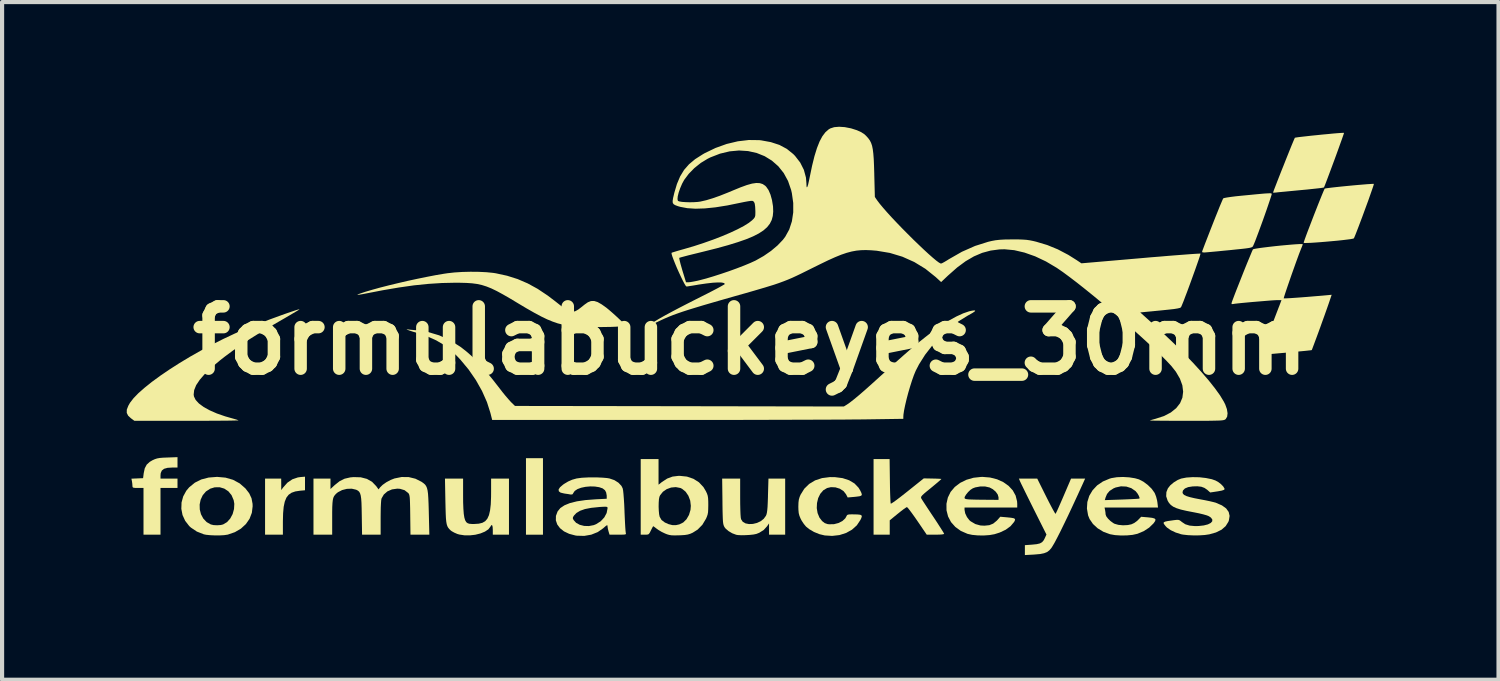
<source format=kicad_pcb>
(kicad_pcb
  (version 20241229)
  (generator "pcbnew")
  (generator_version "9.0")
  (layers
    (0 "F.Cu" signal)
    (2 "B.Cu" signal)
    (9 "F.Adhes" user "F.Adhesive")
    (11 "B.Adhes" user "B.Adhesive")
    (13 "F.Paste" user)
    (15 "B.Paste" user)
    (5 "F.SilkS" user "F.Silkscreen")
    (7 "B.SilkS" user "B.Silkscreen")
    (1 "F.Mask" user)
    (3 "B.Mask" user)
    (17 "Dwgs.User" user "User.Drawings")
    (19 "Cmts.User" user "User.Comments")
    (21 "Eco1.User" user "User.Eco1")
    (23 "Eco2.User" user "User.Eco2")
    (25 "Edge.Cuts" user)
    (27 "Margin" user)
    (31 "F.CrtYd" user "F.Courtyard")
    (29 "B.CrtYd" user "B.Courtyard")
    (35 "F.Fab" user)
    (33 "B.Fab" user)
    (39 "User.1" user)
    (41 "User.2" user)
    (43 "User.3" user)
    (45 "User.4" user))
  (footprint "formulabuckeyes_30mm"
    (layer "F.Cu")
    (at 15.005 5.143)
    (property "Reference" "formulabuckeyes_30mm" (at 0 0 0) (layer "F.SilkS") (effects (font (size 1.5 1.5) (thickness 0.3))))
    (attr board_only exclude_from_pos_files exclude_from_bom)
    (fp_poly (pts (xy -4.99 3.753) (xy -4.99 4.673) (xy -5.195 4.673) (xy -5.399 4.673) (xy -5.399 3.753) (xy -5.399 2.832) (xy -5.195 2.832) (xy -4.99 2.832)) (stroke (width 0) (type solid)) (fill yes) (layer "F.SilkS"))
    (fp_poly (pts (xy -10.716 3.441) (xy -10.716 3.604) (xy -10.838 3.615) (xy -10.949 3.632) (xy -11.039 3.663) (xy -11.11 3.712) (xy -11.164 3.782) (xy -11.203 3.878) (xy -11.229 4.002) (xy -11.243 4.159) (xy -11.248 4.352) (xy -11.248 4.383) (xy -11.248 4.673) (xy -11.463 4.673) (xy -11.677 4.673) (xy -11.677 3.998) (xy -11.677 3.323) (xy -11.483 3.323) (xy -11.289 3.323) (xy -11.288 3.461) (xy -11.288 3.599) (xy -11.243 3.538) (xy -11.138 3.42) (xy -11.02 3.34) (xy -10.888 3.295) (xy -10.824 3.286) (xy -10.716 3.277)) (stroke (width 0) (type solid)) (fill yes) (layer "F.SilkS"))
    (fp_poly (pts (xy -13.784 2.932) (xy -13.784 3.057) (xy -13.904 3.057) (xy -14.023 3.064) (xy -14.107 3.087) (xy -14.161 3.129) (xy -14.188 3.192) (xy -14.193 3.25) (xy -14.193 3.323) (xy -13.988 3.323) (xy -13.784 3.323) (xy -13.784 3.436) (xy -13.784 3.548) (xy -13.988 3.548) (xy -14.193 3.548) (xy -14.193 4.111) (xy -14.193 4.673) (xy -14.397 4.673) (xy -14.602 4.673) (xy -14.602 4.111) (xy -14.602 3.548) (xy -14.735 3.548) (xy -14.806 3.547) (xy -14.846 3.542) (xy -14.864 3.529) (xy -14.868 3.506) (xy -14.868 3.5) (xy -14.872 3.443) (xy -14.88 3.388) (xy -14.893 3.325) (xy -14.753 3.319) (xy -14.612 3.313) (xy -14.597 3.194) (xy -14.572 3.076) (xy -14.525 2.987) (xy -14.45 2.919) (xy -14.383 2.88) (xy -14.327 2.855) (xy -14.274 2.838) (xy -14.213 2.827) (xy -14.133 2.82) (xy -14.026 2.816) (xy -13.784 2.807)) (stroke (width 0) (type solid)) (fill yes) (layer "F.SilkS"))
    (fp_poly (pts (xy 7.116 3.751) (xy 7.177 3.872) (xy 7.232 3.978) (xy 7.279 4.066) (xy 7.315 4.13) (xy 7.338 4.166) (xy 7.344 4.171) (xy 7.355 4.15) (xy 7.381 4.098) (xy 7.417 4.018) (xy 7.461 3.918) (xy 7.512 3.801) (xy 7.537 3.743) (xy 7.717 3.323) (xy 7.886 3.323) (xy 8.056 3.323) (xy 7.998 3.451) (xy 7.872 3.727) (xy 7.754 3.982) (xy 7.645 4.215) (xy 7.545 4.422) (xy 7.457 4.602) (xy 7.38 4.753) (xy 7.317 4.872) (xy 7.267 4.956) (xy 7.244 4.992) (xy 7.195 5.049) (xy 7.139 5.091) (xy 7.068 5.119) (xy 6.975 5.138) (xy 6.85 5.149) (xy 6.825 5.151) (xy 6.606 5.163) (xy 6.606 5.044) (xy 6.606 4.925) (xy 6.782 4.912) (xy 6.89 4.901) (xy 6.967 4.883) (xy 7.02 4.853) (xy 7.059 4.807) (xy 7.086 4.755) (xy 7.125 4.669) (xy 6.821 4.063) (xy 6.747 3.914) (xy 6.678 3.775) (xy 6.616 3.65) (xy 6.564 3.543) (xy 6.523 3.46) (xy 6.498 3.407) (xy 6.49 3.39) (xy 6.462 3.323) (xy 6.682 3.323) (xy 6.903 3.323)) (stroke (width 0) (type solid)) (fill yes) (layer "F.SilkS"))
    (fp_poly (pts (xy 15.003 -3.768) (xy 14.999 -3.747) (xy 14.982 -3.693) (xy 14.954 -3.612) (xy 14.918 -3.509) (xy 14.876 -3.389) (xy 14.828 -3.258) (xy 14.778 -3.122) (xy 14.728 -2.985) (xy 14.678 -2.853) (xy 14.632 -2.731) (xy 14.591 -2.625) (xy 14.558 -2.541) (xy 14.534 -2.483) (xy 14.521 -2.457) (xy 14.521 -2.457) (xy 14.495 -2.449) (xy 14.436 -2.438) (xy 14.349 -2.427) (xy 14.241 -2.414) (xy 14.118 -2.401) (xy 13.985 -2.389) (xy 13.85 -2.377) (xy 13.717 -2.366) (xy 13.594 -2.357) (xy 13.486 -2.35) (xy 13.399 -2.347) (xy 13.34 -2.346) (xy 13.314 -2.35) (xy 13.314 -2.351) (xy 13.321 -2.377) (xy 13.341 -2.436) (xy 13.372 -2.522) (xy 13.412 -2.629) (xy 13.459 -2.751) (xy 13.51 -2.884) (xy 13.563 -3.022) (xy 13.617 -3.159) (xy 13.668 -3.289) (xy 13.716 -3.408) (xy 13.757 -3.509) (xy 13.79 -3.588) (xy 13.812 -3.638) (xy 13.82 -3.654) (xy 13.844 -3.66) (xy 13.901 -3.668) (xy 13.987 -3.679) (xy 14.094 -3.691) (xy 14.217 -3.704) (xy 14.349 -3.717) (xy 14.484 -3.73) (xy 14.616 -3.742) (xy 14.738 -3.752) (xy 14.844 -3.761) (xy 14.927 -3.766) (xy 14.983 -3.769)) (stroke (width 0) (type solid)) (fill yes) (layer "F.SilkS"))
    (fp_poly (pts (xy -6.912 3.707) (xy -6.911 3.896) (xy -6.905 4.049) (xy -6.896 4.169) (xy -6.882 4.259) (xy -6.863 4.324) (xy -6.838 4.367) (xy -6.831 4.375) (xy -6.801 4.397) (xy -6.762 4.41) (xy -6.7 4.415) (xy -6.639 4.415) (xy -6.534 4.408) (xy -6.448 4.387) (xy -6.38 4.348) (xy -6.328 4.287) (xy -6.289 4.202) (xy -6.263 4.089) (xy -6.246 3.944) (xy -6.239 3.765) (xy -6.238 3.635) (xy -6.238 3.323) (xy -6.023 3.323) (xy -5.808 3.323) (xy -5.808 3.998) (xy -5.808 4.673) (xy -6.002 4.673) (xy -6.197 4.673) (xy -6.197 4.562) (xy -6.201 4.486) (xy -6.213 4.445) (xy -6.231 4.442) (xy -6.254 4.478) (xy -6.254 4.479) (xy -6.304 4.544) (xy -6.387 4.599) (xy -6.494 4.643) (xy -6.617 4.674) (xy -6.748 4.689) (xy -6.879 4.688) (xy -7.003 4.669) (xy -7.051 4.655) (xy -7.123 4.624) (xy -7.187 4.588) (xy -7.212 4.569) (xy -7.245 4.536) (xy -7.271 4.504) (xy -7.291 4.467) (xy -7.306 4.42) (xy -7.317 4.358) (xy -7.325 4.276) (xy -7.33 4.168) (xy -7.334 4.03) (xy -7.338 3.86) (xy -7.348 3.323) (xy -7.13 3.323) (xy -6.912 3.323)) (stroke (width 0) (type solid)) (fill yes) (layer "F.SilkS"))
    (fp_poly (pts (xy -0.245 3.78) (xy -0.244 3.936) (xy -0.241 4.071) (xy -0.237 4.181) (xy -0.231 4.259) (xy -0.223 4.301) (xy -0.183 4.362) (xy -0.116 4.401) (xy -0.033 4.417) (xy 0.061 4.414) (xy 0.156 4.391) (xy 0.246 4.35) (xy 0.321 4.292) (xy 0.375 4.218) (xy 0.375 4.217) (xy 0.389 4.184) (xy 0.399 4.141) (xy 0.407 4.083) (xy 0.414 4.004) (xy 0.419 3.897) (xy 0.424 3.757) (xy 0.424 3.732) (xy 0.436 3.323) (xy 0.637 3.323) (xy 0.838 3.323) (xy 0.838 3.998) (xy 0.838 4.673) (xy 0.644 4.673) (xy 0.45 4.673) (xy 0.45 4.537) (xy 0.45 4.401) (xy 0.403 4.47) (xy 0.323 4.558) (xy 0.216 4.626) (xy 0.146 4.654) (xy 0.08 4.668) (xy -0.011 4.678) (xy -0.113 4.684) (xy -0.212 4.686) (xy -0.295 4.682) (xy -0.34 4.675) (xy -0.436 4.639) (xy -0.527 4.585) (xy -0.598 4.523) (xy -0.623 4.489) (xy -0.635 4.465) (xy -0.645 4.438) (xy -0.653 4.402) (xy -0.659 4.352) (xy -0.663 4.284) (xy -0.666 4.192) (xy -0.669 4.07) (xy -0.671 3.914) (xy -0.671 3.87) (xy -0.678 3.323) (xy -0.462 3.323) (xy -0.245 3.323)) (stroke (width 0) (type solid)) (fill yes) (layer "F.SilkS"))
    (fp_poly (pts (xy 12.515 -3.542) (xy 12.532 -3.539) (xy 12.542 -3.534) (xy 12.546 -3.529) (xy 12.542 -3.506) (xy 12.525 -3.451) (xy 12.498 -3.369) (xy 12.463 -3.265) (xy 12.422 -3.145) (xy 12.376 -3.014) (xy 12.328 -2.879) (xy 12.279 -2.745) (xy 12.232 -2.617) (xy 12.188 -2.5) (xy 12.151 -2.402) (xy 12.12 -2.326) (xy 12.101 -2.283) (xy 12.093 -2.267) (xy 12.082 -2.254) (xy 12.063 -2.243) (xy 12.031 -2.233) (xy 11.983 -2.224) (xy 11.912 -2.214) (xy 11.815 -2.203) (xy 11.686 -2.19) (xy 11.534 -2.174) (xy 11.386 -2.16) (xy 11.248 -2.146) (xy 11.127 -2.135) (xy 11.029 -2.126) (xy 10.959 -2.12) (xy 10.926 -2.118) (xy 10.882 -2.12) (xy 10.87 -2.134) (xy 10.881 -2.172) (xy 10.882 -2.173) (xy 10.941 -2.329) (xy 11.004 -2.491) (xy 11.067 -2.653) (xy 11.129 -2.811) (xy 11.188 -2.961) (xy 11.243 -3.097) (xy 11.29 -3.215) (xy 11.33 -3.31) (xy 11.359 -3.378) (xy 11.376 -3.415) (xy 11.378 -3.419) (xy 11.406 -3.429) (xy 11.469 -3.441) (xy 11.563 -3.455) (xy 11.682 -3.47) (xy 11.821 -3.484) (xy 12.009 -3.502) (xy 12.162 -3.517) (xy 12.281 -3.528) (xy 12.372 -3.536) (xy 12.439 -3.54) (xy 12.485 -3.542)) (stroke (width 0) (type solid)) (fill yes) (layer "F.SilkS"))
    (fp_poly (pts (xy 14.285 -4.996) (xy 14.28 -4.976) (xy 14.262 -4.924) (xy 14.234 -4.843) (xy 14.197 -4.741) (xy 14.154 -4.621) (xy 14.107 -4.491) (xy 14.057 -4.354) (xy 14.006 -4.217) (xy 13.957 -4.085) (xy 13.911 -3.962) (xy 13.871 -3.856) (xy 13.838 -3.77) (xy 13.815 -3.711) (xy 13.802 -3.683) (xy 13.802 -3.682) (xy 13.779 -3.677) (xy 13.721 -3.668) (xy 13.633 -3.658) (xy 13.521 -3.646) (xy 13.39 -3.632) (xy 13.26 -3.62) (xy 13.113 -3.606) (xy 12.975 -3.593) (xy 12.854 -3.581) (xy 12.755 -3.572) (xy 12.685 -3.565) (xy 12.654 -3.561) (xy 12.605 -3.557) (xy 12.579 -3.558) (xy 12.577 -3.559) (xy 12.585 -3.582) (xy 12.605 -3.637) (xy 12.637 -3.719) (xy 12.677 -3.823) (xy 12.724 -3.943) (xy 12.776 -4.075) (xy 12.831 -4.212) (xy 12.885 -4.349) (xy 12.938 -4.481) (xy 12.987 -4.603) (xy 13.03 -4.709) (xy 13.065 -4.793) (xy 13.09 -4.851) (xy 13.102 -4.877) (xy 13.102 -4.878) (xy 13.125 -4.883) (xy 13.183 -4.892) (xy 13.268 -4.902) (xy 13.375 -4.914) (xy 13.497 -4.928) (xy 13.629 -4.941) (xy 13.764 -4.955) (xy 13.895 -4.967) (xy 14.017 -4.979) (xy 14.123 -4.988) (xy 14.208 -4.994) (xy 14.263 -4.997)) (stroke (width 0) (type solid)) (fill yes) (layer "F.SilkS"))
    (fp_poly (pts (xy -12.629 3.3) (xy -12.448 3.352) (xy -12.287 3.439) (xy -12.15 3.559) (xy -12.059 3.676) (xy -12.003 3.796) (xy -11.978 3.929) (xy -11.976 3.99) (xy -11.995 4.146) (xy -12.05 4.29) (xy -12.139 4.418) (xy -12.258 4.527) (xy -12.403 4.612) (xy -12.571 4.67) (xy -12.58 4.672) (xy -12.661 4.684) (xy -12.767 4.69) (xy -12.884 4.69) (xy -12.998 4.685) (xy -13.096 4.675) (xy -13.15 4.664) (xy -13.318 4.598) (xy -13.461 4.502) (xy -13.501 4.466) (xy -13.599 4.34) (xy -13.663 4.2) (xy -13.692 4.05) (xy -13.688 3.947) (xy -13.251 3.947) (xy -13.248 4.066) (xy -13.219 4.181) (xy -13.163 4.285) (xy -13.082 4.37) (xy -12.983 4.426) (xy -12.915 4.442) (xy -12.828 4.446) (xy -12.741 4.44) (xy -12.686 4.426) (xy -12.592 4.37) (xy -12.515 4.284) (xy -12.457 4.176) (xy -12.424 4.055) (xy -12.417 3.93) (xy -12.432 3.843) (xy -12.483 3.723) (xy -12.56 3.629) (xy -12.658 3.564) (xy -12.77 3.531) (xy -12.89 3.533) (xy -12.997 3.566) (xy -13.1 3.633) (xy -13.177 3.724) (xy -13.227 3.831) (xy -13.251 3.947) (xy -13.688 3.947) (xy -13.687 3.899) (xy -13.647 3.752) (xy -13.572 3.615) (xy -13.502 3.532) (xy -13.366 3.421) (xy -13.212 3.344) (xy -13.035 3.298) (xy -12.834 3.282) (xy -12.83 3.282)) (stroke (width 0) (type solid)) (fill yes) (layer "F.SilkS"))
    (fp_poly (pts (xy 3.358 3.383) (xy 3.36 3.526) (xy 3.363 3.656) (xy 3.367 3.767) (xy 3.371 3.853) (xy 3.375 3.908) (xy 3.379 3.927) (xy 3.398 3.919) (xy 3.444 3.889) (xy 3.514 3.839) (xy 3.601 3.773) (xy 3.702 3.694) (xy 3.783 3.63) (xy 4.173 3.318) (xy 4.382 3.322) (xy 4.469 3.324) (xy 4.54 3.327) (xy 4.585 3.33) (xy 4.597 3.332) (xy 4.584 3.346) (xy 4.544 3.382) (xy 4.483 3.434) (xy 4.405 3.499) (xy 4.347 3.547) (xy 4.251 3.625) (xy 4.183 3.682) (xy 4.139 3.723) (xy 4.115 3.752) (xy 4.107 3.773) (xy 4.11 3.792) (xy 4.113 3.8) (xy 4.131 3.829) (xy 4.168 3.887) (xy 4.221 3.968) (xy 4.286 4.067) (xy 4.359 4.177) (xy 4.4 4.238) (xy 4.475 4.351) (xy 4.541 4.453) (xy 4.596 4.539) (xy 4.637 4.604) (xy 4.659 4.643) (xy 4.663 4.652) (xy 4.643 4.662) (xy 4.588 4.669) (xy 4.501 4.672) (xy 4.453 4.673) (xy 4.244 4.672) (xy 4.018 4.34) (xy 3.947 4.238) (xy 3.883 4.149) (xy 3.829 4.077) (xy 3.79 4.029) (xy 3.769 4.009) (xy 3.768 4.008) (xy 3.744 4.021) (xy 3.695 4.054) (xy 3.629 4.104) (xy 3.553 4.165) (xy 3.549 4.168) (xy 3.354 4.327) (xy 3.354 4.5) (xy 3.354 4.673) (xy 3.16 4.673) (xy 2.965 4.673) (xy 2.965 3.763) (xy 2.965 2.853) (xy 3.158 2.853) (xy 3.351 2.853)) (stroke (width 0) (type solid)) (fill yes) (layer "F.SilkS"))
    (fp_poly (pts (xy 2.035 3.288) (xy 2.22 3.312) (xy 2.378 3.364) (xy 2.507 3.441) (xy 2.605 3.544) (xy 2.645 3.611) (xy 2.673 3.67) (xy 2.683 3.709) (xy 2.669 3.734) (xy 2.627 3.748) (xy 2.552 3.758) (xy 2.494 3.764) (xy 2.342 3.777) (xy 2.301 3.698) (xy 2.24 3.622) (xy 2.152 3.566) (xy 2.048 3.534) (xy 1.939 3.529) (xy 1.847 3.55) (xy 1.755 3.605) (xy 1.683 3.689) (xy 1.632 3.793) (xy 1.604 3.911) (xy 1.598 4.033) (xy 1.618 4.153) (xy 1.663 4.262) (xy 1.727 4.345) (xy 1.79 4.394) (xy 1.859 4.418) (xy 1.896 4.422) (xy 2.012 4.42) (xy 2.121 4.392) (xy 2.215 4.344) (xy 2.285 4.279) (xy 2.312 4.23) (xy 2.325 4.205) (xy 2.346 4.191) (xy 2.385 4.185) (xy 2.453 4.183) (xy 2.479 4.184) (xy 2.579 4.186) (xy 2.643 4.193) (xy 2.675 4.208) (xy 2.682 4.236) (xy 2.667 4.28) (xy 2.648 4.319) (xy 2.562 4.448) (xy 2.446 4.552) (xy 2.305 4.631) (xy 2.145 4.682) (xy 1.969 4.702) (xy 1.791 4.691) (xy 1.661 4.66) (xy 1.531 4.607) (xy 1.414 4.538) (xy 1.34 4.478) (xy 1.287 4.414) (xy 1.234 4.334) (xy 1.209 4.286) (xy 1.181 4.218) (xy 1.164 4.153) (xy 1.157 4.076) (xy 1.155 3.998) (xy 1.158 3.901) (xy 1.167 3.828) (xy 1.186 3.764) (xy 1.209 3.71) (xy 1.298 3.567) (xy 1.415 3.452) (xy 1.558 3.366) (xy 1.725 3.311) (xy 1.914 3.287)) (stroke (width 0) (type solid)) (fill yes) (layer "F.SilkS"))
    (fp_poly (pts (xy -10.849 -0.749) (xy -10.872 -0.733) (xy -10.926 -0.7) (xy -11.004 -0.654) (xy -11.101 -0.597) (xy -11.212 -0.532) (xy -11.261 -0.504) (xy -11.554 -0.334) (xy -11.815 -0.178) (xy -12.049 -0.031) (xy -12.262 0.11) (xy -12.459 0.249) (xy -12.646 0.388) (xy -12.761 0.478) (xy -12.962 0.647) (xy -13.124 0.802) (xy -13.248 0.945) (xy -13.335 1.075) (xy -13.383 1.194) (xy -13.395 1.301) (xy -13.388 1.347) (xy -13.347 1.431) (xy -13.268 1.516) (xy -13.155 1.6) (xy -13.01 1.68) (xy -12.837 1.756) (xy -12.638 1.825) (xy -12.512 1.861) (xy -12.43 1.884) (xy -12.364 1.903) (xy -12.324 1.918) (xy -12.316 1.922) (xy -12.333 1.924) (xy -12.389 1.925) (xy -12.478 1.927) (xy -12.598 1.929) (xy -12.745 1.93) (xy -12.916 1.931) (xy -13.107 1.932) (xy -13.314 1.932) (xy -13.535 1.933) (xy -13.563 1.933) (xy -14.821 1.933) (xy -14.905 1.871) (xy -14.972 1.809) (xy -15.005 1.742) (xy -15.004 1.664) (xy -14.968 1.571) (xy -14.927 1.499) (xy -14.843 1.39) (xy -14.725 1.268) (xy -14.575 1.136) (xy -14.399 0.995) (xy -14.198 0.848) (xy -13.976 0.697) (xy -13.737 0.544) (xy -13.485 0.392) (xy -13.222 0.243) (xy -12.953 0.099) (xy -12.68 -0.038) (xy -12.408 -0.166) (xy -12.14 -0.282) (xy -12.122 -0.289) (xy -11.996 -0.34) (xy -11.858 -0.394) (xy -11.713 -0.45) (xy -11.565 -0.506) (xy -11.42 -0.559) (xy -11.281 -0.61) (xy -11.154 -0.655) (xy -11.043 -0.693) (xy -10.953 -0.723) (xy -10.888 -0.743) (xy -10.853 -0.751)) (stroke (width 0) (type solid)) (fill yes) (layer "F.SilkS"))
    (fp_poly (pts (xy 5.768 3.297) (xy 5.937 3.34) (xy 6.087 3.408) (xy 6.214 3.498) (xy 6.314 3.606) (xy 6.383 3.731) (xy 6.418 3.87) (xy 6.422 3.93) (xy 6.422 4.019) (xy 5.788 4.019) (xy 5.154 4.019) (xy 5.154 4.075) (xy 5.17 4.159) (xy 5.212 4.248) (xy 5.27 4.324) (xy 5.3 4.35) (xy 5.414 4.417) (xy 5.535 4.451) (xy 5.634 4.456) (xy 5.751 4.444) (xy 5.844 4.406) (xy 5.928 4.337) (xy 5.949 4.315) (xy 6.014 4.241) (xy 6.174 4.255) (xy 6.272 4.265) (xy 6.334 4.276) (xy 6.365 4.292) (xy 6.37 4.317) (xy 6.354 4.354) (xy 6.342 4.372) (xy 6.261 4.468) (xy 6.145 4.553) (xy 6.001 4.621) (xy 5.875 4.661) (xy 5.756 4.682) (xy 5.616 4.692) (xy 5.472 4.69) (xy 5.337 4.677) (xy 5.227 4.653) (xy 5.066 4.583) (xy 4.933 4.487) (xy 4.829 4.37) (xy 4.758 4.235) (xy 4.72 4.086) (xy 4.719 3.929) (xy 4.751 3.785) (xy 5.154 3.785) (xy 5.158 3.799) (xy 5.172 3.81) (xy 5.203 3.818) (xy 5.255 3.824) (xy 5.332 3.827) (xy 5.44 3.83) (xy 5.582 3.832) (xy 5.609 3.832) (xy 5.972 3.835) (xy 5.972 3.774) (xy 5.953 3.707) (xy 5.905 3.639) (xy 5.834 3.578) (xy 5.757 3.537) (xy 5.65 3.513) (xy 5.529 3.513) (xy 5.411 3.535) (xy 5.351 3.558) (xy 5.296 3.594) (xy 5.24 3.647) (xy 5.192 3.706) (xy 5.16 3.759) (xy 5.154 3.785) (xy 4.751 3.785) (xy 4.753 3.778) (xy 4.819 3.643) (xy 4.919 3.525) (xy 5.047 3.427) (xy 5.199 3.352) (xy 5.369 3.303) (xy 5.553 3.283) (xy 5.583 3.282)) (stroke (width 0) (type solid)) (fill yes) (layer "F.SilkS"))
    (fp_poly (pts (xy -2.209 3.161) (xy -2.209 3.47) (xy -2.129 3.406) (xy -2.002 3.323) (xy -1.873 3.275) (xy -1.727 3.257) (xy -1.699 3.257) (xy -1.525 3.275) (xy -1.37 3.328) (xy -1.237 3.412) (xy -1.129 3.527) (xy -1.07 3.626) (xy -1.043 3.683) (xy -1.026 3.735) (xy -1.017 3.792) (xy -1.013 3.867) (xy -1.012 3.957) (xy -1.014 4.06) (xy -1.018 4.134) (xy -1.029 4.191) (xy -1.048 4.245) (xy -1.066 4.287) (xy -1.155 4.435) (xy -1.269 4.551) (xy -1.387 4.625) (xy -1.448 4.652) (xy -1.506 4.669) (xy -1.575 4.68) (xy -1.665 4.686) (xy -1.718 4.688) (xy -1.82 4.69) (xy -1.893 4.688) (xy -1.951 4.679) (xy -2.006 4.663) (xy -2.053 4.644) (xy -2.133 4.606) (xy -2.21 4.56) (xy -2.251 4.531) (xy -2.298 4.495) (xy -2.33 4.472) (xy -2.337 4.469) (xy -2.349 4.485) (xy -2.372 4.529) (xy -2.393 4.571) (xy -2.422 4.629) (xy -2.446 4.66) (xy -2.48 4.671) (xy -2.535 4.673) (xy -2.539 4.673) (xy -2.638 4.673) (xy -2.638 3.997) (xy -2.207 3.997) (xy -2.203 4.096) (xy -2.195 4.182) (xy -2.182 4.242) (xy -2.137 4.319) (xy -2.058 4.379) (xy -1.972 4.418) (xy -1.878 4.442) (xy -1.791 4.443) (xy -1.709 4.425) (xy -1.615 4.379) (xy -1.536 4.301) (xy -1.476 4.197) (xy -1.44 4.076) (xy -1.432 3.978) (xy -1.447 3.852) (xy -1.491 3.736) (xy -1.557 3.639) (xy -1.641 3.57) (xy -1.683 3.549) (xy -1.793 3.528) (xy -1.906 3.538) (xy -2.013 3.577) (xy -2.104 3.64) (xy -2.171 3.724) (xy -2.187 3.759) (xy -2.199 3.816) (xy -2.205 3.899) (xy -2.207 3.997) (xy -2.638 3.997) (xy -2.638 3.763) (xy -2.638 2.853) (xy -2.423 2.853) (xy -2.209 2.853)) (stroke (width 0) (type solid)) (fill yes) (layer "F.SilkS"))
    (fp_poly (pts (xy 9.116 3.293) (xy 9.255 3.315) (xy 9.351 3.342) (xy 9.457 3.397) (xy 9.563 3.476) (xy 9.657 3.568) (xy 9.725 3.663) (xy 9.735 3.683) (xy 9.764 3.758) (xy 9.787 3.848) (xy 9.795 3.897) (xy 9.809 4.019) (xy 9.166 4.019) (xy 8.523 4.019) (xy 8.536 4.083) (xy 8.545 4.14) (xy 8.548 4.184) (xy 8.564 4.23) (xy 8.606 4.286) (xy 8.664 4.343) (xy 8.729 4.391) (xy 8.763 4.41) (xy 8.855 4.436) (xy 8.967 4.447) (xy 9.083 4.441) (xy 9.169 4.423) (xy 9.236 4.392) (xy 9.305 4.342) (xy 9.328 4.32) (xy 9.404 4.242) (xy 9.571 4.256) (xy 9.667 4.267) (xy 9.725 4.283) (xy 9.749 4.307) (xy 9.741 4.344) (xy 9.705 4.396) (xy 9.7 4.402) (xy 9.596 4.503) (xy 9.465 4.588) (xy 9.317 4.65) (xy 9.311 4.652) (xy 9.198 4.677) (xy 9.061 4.69) (xy 8.915 4.692) (xy 8.775 4.683) (xy 8.657 4.662) (xy 8.653 4.661) (xy 8.495 4.603) (xy 8.357 4.519) (xy 8.244 4.415) (xy 8.163 4.297) (xy 8.127 4.208) (xy 8.099 4.044) (xy 8.109 3.886) (xy 8.123 3.841) (xy 8.529 3.841) (xy 8.942 3.827) (xy 9.067 3.822) (xy 9.178 3.817) (xy 9.269 3.812) (xy 9.332 3.808) (xy 9.362 3.804) (xy 9.363 3.804) (xy 9.364 3.778) (xy 9.345 3.732) (xy 9.314 3.679) (xy 9.276 3.632) (xy 9.268 3.623) (xy 9.166 3.553) (xy 9.047 3.515) (xy 8.918 3.509) (xy 8.79 3.537) (xy 8.738 3.559) (xy 8.644 3.62) (xy 8.582 3.694) (xy 8.547 3.779) (xy 8.529 3.841) (xy 8.123 3.841) (xy 8.155 3.738) (xy 8.235 3.604) (xy 8.344 3.487) (xy 8.482 3.393) (xy 8.646 3.324) (xy 8.691 3.311) (xy 8.819 3.29) (xy 8.966 3.284)) (stroke (width 0) (type solid)) (fill yes) (layer "F.SilkS"))
    (fp_poly (pts (xy -8.22 3.287) (xy -8.059 3.326) (xy -7.912 3.4) (xy -7.905 3.405) (xy -7.862 3.436) (xy -7.828 3.466) (xy -7.802 3.502) (xy -7.782 3.547) (xy -7.767 3.607) (xy -7.756 3.686) (xy -7.749 3.79) (xy -7.743 3.924) (xy -7.738 4.093) (xy -7.737 4.141) (xy -7.724 4.673) (xy -7.951 4.673) (xy -8.178 4.673) (xy -8.184 4.195) (xy -8.186 4.042) (xy -8.189 3.924) (xy -8.192 3.837) (xy -8.196 3.775) (xy -8.203 3.732) (xy -8.211 3.703) (xy -8.222 3.683) (xy -8.231 3.671) (xy -8.32 3.602) (xy -8.43 3.569) (xy -8.496 3.565) (xy -8.623 3.583) (xy -8.733 3.631) (xy -8.819 3.706) (xy -8.874 3.8) (xy -8.882 3.84) (xy -8.888 3.916) (xy -8.893 4.019) (xy -8.895 4.146) (xy -8.896 4.265) (xy -8.896 4.673) (xy -9.12 4.673) (xy -9.343 4.673) (xy -9.35 4.208) (xy -9.353 4.04) (xy -9.357 3.907) (xy -9.364 3.806) (xy -9.375 3.731) (xy -9.391 3.677) (xy -9.412 3.64) (xy -9.441 3.614) (xy -9.478 3.594) (xy -9.487 3.59) (xy -9.591 3.566) (xy -9.708 3.57) (xy -9.823 3.599) (xy -9.923 3.651) (xy -9.956 3.677) (xy -9.99 3.711) (xy -10.016 3.745) (xy -10.035 3.786) (xy -10.047 3.839) (xy -10.055 3.91) (xy -10.06 4.005) (xy -10.062 4.131) (xy -10.062 4.253) (xy -10.062 4.673) (xy -10.287 4.673) (xy -10.512 4.673) (xy -10.512 3.998) (xy -10.512 3.323) (xy -10.307 3.323) (xy -10.103 3.323) (xy -10.103 3.449) (xy -10.103 3.574) (xy -10 3.478) (xy -9.884 3.386) (xy -9.764 3.326) (xy -9.626 3.294) (xy -9.546 3.287) (xy -9.374 3.292) (xy -9.227 3.33) (xy -9.103 3.4) (xy -9.003 3.504) (xy -9.001 3.507) (xy -8.946 3.583) (xy -8.91 3.535) (xy -8.848 3.474) (xy -8.759 3.411) (xy -8.656 3.356) (xy -8.564 3.32) (xy -8.391 3.285)) (stroke (width 0) (type solid)) (fill yes) (layer "F.SilkS"))
    (fp_poly (pts (xy -6.535 -1.652) (xy -6.35 -1.643) (xy -6.19 -1.627) (xy -6.125 -1.617) (xy -5.853 -1.558) (xy -5.6 -1.478) (xy -5.358 -1.374) (xy -5.119 -1.243) (xy -4.876 -1.081) (xy -4.693 -0.942) (xy -4.569 -0.844) (xy -4.47 -0.77) (xy -4.391 -0.72) (xy -4.325 -0.694) (xy -4.265 -0.69) (xy -4.205 -0.708) (xy -4.139 -0.746) (xy -4.061 -0.806) (xy -3.989 -0.864) (xy -3.909 -0.92) (xy -3.835 -0.949) (xy -3.759 -0.951) (xy -3.675 -0.925) (xy -3.577 -0.869) (xy -3.466 -0.79) (xy -3.4 -0.736) (xy -3.317 -0.664) (xy -3.228 -0.584) (xy -3.162 -0.522) (xy -2.981 -0.348) (xy -3.173 -0.335) (xy -3.251 -0.331) (xy -3.355 -0.327) (xy -3.477 -0.325) (xy -3.61 -0.323) (xy -3.745 -0.322) (xy -3.876 -0.322) (xy -3.994 -0.323) (xy -4.092 -0.325) (xy -4.163 -0.328) (xy -4.192 -0.33) (xy -4.238 -0.337) (xy -4.309 -0.347) (xy -4.39 -0.359) (xy -4.397 -0.36) (xy -4.515 -0.382) (xy -4.634 -0.412) (xy -4.756 -0.454) (xy -4.888 -0.508) (xy -5.033 -0.578) (xy -5.197 -0.666) (xy -5.385 -0.773) (xy -5.583 -0.891) (xy -5.781 -1.01) (xy -5.951 -1.108) (xy -6.098 -1.188) (xy -6.228 -1.251) (xy -6.347 -1.299) (xy -6.461 -1.335) (xy -6.575 -1.36) (xy -6.696 -1.376) (xy -6.829 -1.385) (xy -6.98 -1.389) (xy -7.107 -1.39) (xy -7.422 -1.383) (xy -7.749 -1.362) (xy -8.092 -1.327) (xy -8.458 -1.275) (xy -8.851 -1.208) (xy -9.077 -1.164) (xy -9.223 -1.136) (xy -9.331 -1.115) (xy -9.405 -1.103) (xy -9.445 -1.098) (xy -9.456 -1.101) (xy -9.439 -1.111) (xy -9.397 -1.127) (xy -9.267 -1.171) (xy -9.104 -1.219) (xy -8.913 -1.272) (xy -8.702 -1.326) (xy -8.478 -1.38) (xy -8.246 -1.434) (xy -8.014 -1.484) (xy -7.789 -1.53) (xy -7.577 -1.571) (xy -7.384 -1.604) (xy -7.291 -1.618) (xy -7.122 -1.637) (xy -6.932 -1.649) (xy -6.733 -1.654)) (stroke (width 0) (type solid)) (fill yes) (layer "F.SilkS"))
    (fp_poly (pts (xy 10.804 3.291) (xy 10.962 3.309) (xy 11.104 3.338) (xy 11.192 3.369) (xy 11.259 3.406) (xy 11.324 3.456) (xy 11.377 3.51) (xy 11.407 3.559) (xy 11.412 3.577) (xy 11.395 3.595) (xy 11.343 3.612) (xy 11.252 3.629) (xy 11.239 3.631) (xy 11.066 3.657) (xy 10.994 3.593) (xy 10.927 3.547) (xy 10.852 3.519) (xy 10.756 3.508) (xy 10.644 3.511) (xy 10.535 3.528) (xy 10.456 3.561) (xy 10.41 3.609) (xy 10.399 3.653) (xy 10.408 3.686) (xy 10.438 3.716) (xy 10.492 3.743) (xy 10.575 3.769) (xy 10.691 3.796) (xy 10.831 3.823) (xy 10.943 3.844) (xy 11.049 3.866) (xy 11.138 3.887) (xy 11.199 3.903) (xy 11.208 3.907) (xy 11.348 3.968) (xy 11.449 4.041) (xy 11.51 4.126) (xy 11.532 4.221) (xy 11.515 4.328) (xy 11.503 4.362) (xy 11.437 4.467) (xy 11.338 4.553) (xy 11.204 4.619) (xy 11.046 4.664) (xy 10.937 4.68) (xy 10.805 4.689) (xy 10.664 4.69) (xy 10.529 4.684) (xy 10.412 4.671) (xy 10.364 4.662) (xy 10.233 4.62) (xy 10.117 4.565) (xy 10.025 4.501) (xy 9.993 4.468) (xy 9.959 4.425) (xy 9.943 4.395) (xy 9.949 4.374) (xy 9.983 4.358) (xy 10.047 4.344) (xy 10.148 4.33) (xy 10.173 4.326) (xy 10.248 4.317) (xy 10.296 4.316) (xy 10.329 4.326) (xy 10.362 4.349) (xy 10.382 4.366) (xy 10.466 4.422) (xy 10.569 4.454) (xy 10.698 4.466) (xy 10.788 4.464) (xy 10.912 4.45) (xy 11.01 4.425) (xy 11.078 4.391) (xy 11.114 4.351) (xy 11.116 4.307) (xy 11.082 4.261) (xy 11.023 4.223) (xy 10.974 4.205) (xy 10.896 4.183) (xy 10.796 4.159) (xy 10.687 4.137) (xy 10.66 4.132) (xy 10.491 4.099) (xy 10.358 4.068) (xy 10.254 4.035) (xy 10.175 3.999) (xy 10.116 3.956) (xy 10.072 3.906) (xy 10.041 3.854) (xy 10.006 3.749) (xy 10.011 3.648) (xy 10.047 3.558) (xy 10.104 3.486) (xy 10.188 3.415) (xy 10.284 3.356) (xy 10.365 3.323) (xy 10.492 3.298) (xy 10.643 3.288)) (stroke (width 0) (type solid)) (fill yes) (layer "F.SilkS"))
    (fp_poly (pts (xy 5.411 -0.717) (xy 5.397 -0.697) (xy 5.346 -0.663) (xy 5.26 -0.614) (xy 5.234 -0.6) (xy 5.012 -0.463) (xy 4.791 -0.293) (xy 4.578 -0.097) (xy 4.381 0.117) (xy 4.205 0.343) (xy 4.059 0.574) (xy 3.98 0.727) (xy 3.936 0.832) (xy 3.89 0.962) (xy 3.844 1.107) (xy 3.799 1.26) (xy 3.759 1.412) (xy 3.725 1.556) (xy 3.699 1.683) (xy 3.684 1.784) (xy 3.681 1.832) (xy 3.681 1.885) (xy 2.727 1.899) (xy 2.607 1.9) (xy 2.449 1.901) (xy 2.256 1.903) (xy 2.029 1.904) (xy 1.772 1.905) (xy 1.487 1.906) (xy 1.178 1.907) (xy 0.845 1.908) (xy 0.493 1.909) (xy 0.124 1.91) (xy -0.26 1.911) (xy -0.655 1.911) (xy -1.06 1.912) (xy -1.472 1.912) (xy -1.888 1.912) (xy -2.22 1.912) (xy -6.212 1.912) (xy -6.255 1.742) (xy -6.338 1.482) (xy -6.456 1.216) (xy -6.604 0.953) (xy -6.779 0.699) (xy -6.977 0.461) (xy -7.066 0.367) (xy -7.224 0.22) (xy -7.385 0.099) (xy -7.559 -0.003) (xy -7.754 -0.091) (xy -7.98 -0.169) (xy -7.996 -0.174) (xy -8.12 -0.212) (xy -8.208 -0.241) (xy -8.259 -0.26) (xy -8.273 -0.269) (xy -8.248 -0.267) (xy -8.242 -0.267) (xy -8.197 -0.261) (xy -8.125 -0.254) (xy -8.042 -0.247) (xy -8.031 -0.246) (xy -7.756 -0.204) (xy -7.487 -0.124) (xy -7.229 -0.007) (xy -6.987 0.145) (xy -6.971 0.156) (xy -6.843 0.255) (xy -6.721 0.361) (xy -6.599 0.479) (xy -6.474 0.612) (xy -6.341 0.766) (xy -6.195 0.945) (xy -6.039 1.145) (xy -5.965 1.241) (xy -5.89 1.333) (xy -5.822 1.412) (xy -5.769 1.471) (xy -5.758 1.483) (xy -5.663 1.575) (xy -1.707 1.581) (xy 2.25 1.588) (xy 2.326 1.541) (xy 2.395 1.493) (xy 2.491 1.418) (xy 2.614 1.316) (xy 2.764 1.186) (xy 2.942 1.027) (xy 3.13 0.857) (xy 3.337 0.669) (xy 3.519 0.506) (xy 3.679 0.364) (xy 3.822 0.239) (xy 3.951 0.129) (xy 4.072 0.029) (xy 4.187 -0.063) (xy 4.301 -0.152) (xy 4.405 -0.23) (xy 4.595 -0.364) (xy 4.781 -0.481) (xy 4.958 -0.578) (xy 5.121 -0.653) (xy 5.264 -0.702) (xy 5.337 -0.718) (xy 5.391 -0.724)) (stroke (width 0) (type solid)) (fill yes) (layer "F.SilkS"))
    (fp_poly (pts (xy 13.293 -2.317) (xy 13.293 -2.316) (xy 13.286 -2.293) (xy 13.268 -2.246) (xy 13.26 -2.227) (xy 13.236 -2.167) (xy 13.203 -2.082) (xy 13.164 -1.976) (xy 13.12 -1.855) (xy 13.074 -1.725) (xy 13.026 -1.591) (xy 12.98 -1.458) (xy 12.937 -1.334) (xy 12.899 -1.222) (xy 12.868 -1.129) (xy 12.846 -1.06) (xy 12.835 -1.021) (xy 12.834 -1.015) (xy 12.857 -1.013) (xy 12.915 -1.015) (xy 13.005 -1.02) (xy 13.121 -1.028) (xy 13.258 -1.038) (xy 13.412 -1.05) (xy 13.578 -1.064) (xy 13.75 -1.078) (xy 13.86 -1.088) (xy 13.988 -1.1) (xy 13.909 -0.867) (xy 13.883 -0.793) (xy 13.849 -0.697) (xy 13.809 -0.584) (xy 13.764 -0.46) (xy 13.718 -0.331) (xy 13.671 -0.202) (xy 13.626 -0.08) (xy 13.585 0.03) (xy 13.551 0.121) (xy 13.526 0.188) (xy 13.511 0.226) (xy 13.508 0.231) (xy 13.487 0.235) (xy 13.431 0.241) (xy 13.348 0.25) (xy 13.242 0.26) (xy 13.121 0.271) (xy 12.991 0.284) (xy 12.857 0.296) (xy 12.727 0.307) (xy 12.606 0.318) (xy 12.501 0.327) (xy 12.418 0.333) (xy 12.363 0.337) (xy 12.347 0.337) (xy 12.306 0.331) (xy 12.291 0.317) (xy 12.298 0.293) (xy 12.318 0.237) (xy 12.349 0.152) (xy 12.389 0.046) (xy 12.437 -0.078) (xy 12.485 -0.204) (xy 12.541 -0.347) (xy 12.594 -0.485) (xy 12.642 -0.61) (xy 12.683 -0.717) (xy 12.714 -0.798) (xy 12.73 -0.838) (xy 12.78 -0.971) (xy 12.686 -0.971) (xy 12.637 -0.97) (xy 12.557 -0.965) (xy 12.453 -0.957) (xy 12.331 -0.947) (xy 12.2 -0.936) (xy 12.067 -0.925) (xy 11.939 -0.913) (xy 11.822 -0.902) (xy 11.725 -0.892) (xy 11.655 -0.884) (xy 11.619 -0.878) (xy 11.584 -0.875) (xy 11.578 -0.894) (xy 11.58 -0.904) (xy 11.592 -0.941) (xy 11.617 -1.008) (xy 11.652 -1.101) (xy 11.695 -1.212) (xy 11.745 -1.338) (xy 11.798 -1.472) (xy 11.852 -1.609) (xy 11.906 -1.744) (xy 11.957 -1.87) (xy 12.004 -1.983) (xy 12.043 -2.077) (xy 12.072 -2.147) (xy 12.09 -2.186) (xy 12.094 -2.193) (xy 12.12 -2.202) (xy 12.179 -2.213) (xy 12.265 -2.226) (xy 12.373 -2.24) (xy 12.496 -2.255) (xy 12.628 -2.27) (xy 12.763 -2.284) (xy 12.894 -2.296) (xy 13.017 -2.307) (xy 13.124 -2.315) (xy 13.21 -2.32) (xy 13.268 -2.321)) (stroke (width 0) (type solid)) (fill yes) (layer "F.SilkS"))
    (fp_poly (pts (xy -3.674 3.295) (xy -3.549 3.301) (xy -3.447 3.31) (xy -3.389 3.32) (xy -3.272 3.36) (xy -3.174 3.422) (xy -3.102 3.498) (xy -3.072 3.558) (xy -3.062 3.607) (xy -3.053 3.69) (xy -3.044 3.805) (xy -3.035 3.946) (xy -3.028 4.107) (xy -3.028 4.12) (xy -3.022 4.258) (xy -3.016 4.383) (xy -3.01 4.491) (xy -3.004 4.573) (xy -2.998 4.624) (xy -2.996 4.637) (xy -2.993 4.654) (xy -3.003 4.664) (xy -3.035 4.67) (xy -3.094 4.672) (xy -3.185 4.673) (xy -3.388 4.673) (xy -3.412 4.594) (xy -3.428 4.531) (xy -3.436 4.477) (xy -3.436 4.469) (xy -3.439 4.448) (xy -3.452 4.446) (xy -3.481 4.466) (xy -3.534 4.512) (xy -3.539 4.517) (xy -3.672 4.61) (xy -3.827 4.672) (xy -3.997 4.702) (xy -4.173 4.697) (xy -4.21 4.692) (xy -4.36 4.652) (xy -4.484 4.593) (xy -4.58 4.516) (xy -4.647 4.426) (xy -4.68 4.327) (xy -4.679 4.283) (xy -4.271 4.283) (xy -4.253 4.32) (xy -4.193 4.387) (xy -4.105 4.435) (xy -3.999 4.462) (xy -3.884 4.465) (xy -3.769 4.443) (xy -3.712 4.42) (xy -3.602 4.351) (xy -3.515 4.258) (xy -3.458 4.152) (xy -3.436 4.038) (xy -3.436 4.031) (xy -3.438 4.014) (xy -3.451 4.004) (xy -3.482 4) (xy -3.537 4.001) (xy -3.624 4.006) (xy -3.643 4.008) (xy -3.829 4.027) (xy -3.979 4.056) (xy -4.096 4.097) (xy -4.184 4.15) (xy -4.241 4.209) (xy -4.268 4.251) (xy -4.271 4.283) (xy -4.679 4.283) (xy -4.678 4.221) (xy -4.638 4.113) (xy -4.636 4.111) (xy -4.572 4.032) (xy -4.473 3.966) (xy -4.341 3.912) (xy -4.172 3.87) (xy -3.966 3.84) (xy -3.727 3.822) (xy -3.456 3.808) (xy -3.456 3.732) (xy -3.47 3.655) (xy -3.498 3.603) (xy -3.554 3.559) (xy -3.638 3.53) (xy -3.74 3.514) (xy -3.852 3.511) (xy -3.965 3.521) (xy -4.071 3.543) (xy -4.16 3.576) (xy -4.226 3.62) (xy -4.254 3.661) (xy -4.277 3.7) (xy -4.312 3.707) (xy -4.331 3.705) (xy -4.386 3.695) (xy -4.458 3.685) (xy -4.482 3.681) (xy -4.565 3.661) (xy -4.608 3.629) (xy -4.614 3.585) (xy -4.58 3.532) (xy -4.508 3.47) (xy -4.483 3.452) (xy -4.385 3.393) (xy -4.287 3.35) (xy -4.181 3.32) (xy -4.056 3.303) (xy -3.904 3.295) (xy -3.814 3.294)) (stroke (width 0) (type solid)) (fill yes) (layer "F.SilkS"))
    (fp_poly (pts (xy 2.272 -5.134) (xy 2.415 -5.106) (xy 2.431 -5.102) (xy 2.563 -5.06) (xy 2.664 -5.015) (xy 2.744 -4.963) (xy 2.794 -4.915) (xy 2.84 -4.863) (xy 2.877 -4.811) (xy 2.906 -4.753) (xy 2.929 -4.685) (xy 2.946 -4.601) (xy 2.959 -4.497) (xy 2.969 -4.367) (xy 2.976 -4.206) (xy 2.982 -4.01) (xy 2.982 -3.996) (xy 2.996 -3.453) (xy 3.053 -3.37) (xy 3.112 -3.292) (xy 3.192 -3.196) (xy 3.289 -3.085) (xy 3.4 -2.963) (xy 3.522 -2.834) (xy 3.651 -2.7) (xy 3.785 -2.565) (xy 3.918 -2.432) (xy 4.049 -2.306) (xy 4.173 -2.188) (xy 4.288 -2.082) (xy 4.389 -1.993) (xy 4.474 -1.922) (xy 4.539 -1.874) (xy 4.581 -1.852) (xy 4.588 -1.851) (xy 4.616 -1.861) (xy 4.668 -1.889) (xy 4.737 -1.93) (xy 4.776 -1.955) (xy 5.091 -2.135) (xy 5.407 -2.275) (xy 5.723 -2.375) (xy 5.808 -2.395) (xy 5.9 -2.412) (xy 6 -2.423) (xy 6.118 -2.43) (xy 6.264 -2.432) (xy 6.319 -2.432) (xy 6.454 -2.432) (xy 6.559 -2.428) (xy 6.644 -2.422) (xy 6.722 -2.411) (xy 6.802 -2.395) (xy 6.877 -2.377) (xy 7.144 -2.297) (xy 7.398 -2.193) (xy 7.651 -2.06) (xy 7.853 -1.933) (xy 7.966 -1.857) (xy 9.392 -1.98) (xy 9.629 -2.001) (xy 9.855 -2.019) (xy 10.065 -2.037) (xy 10.256 -2.052) (xy 10.426 -2.065) (xy 10.57 -2.076) (xy 10.686 -2.084) (xy 10.77 -2.089) (xy 10.819 -2.091) (xy 10.831 -2.091) (xy 10.827 -2.069) (xy 10.811 -2.015) (xy 10.784 -1.934) (xy 10.748 -1.831) (xy 10.706 -1.711) (xy 10.659 -1.581) (xy 10.61 -1.445) (xy 10.56 -1.308) (xy 10.512 -1.178) (xy 10.466 -1.058) (xy 10.427 -0.954) (xy 10.394 -0.873) (xy 10.371 -0.818) (xy 10.36 -0.798) (xy 10.336 -0.784) (xy 10.281 -0.771) (xy 10.194 -0.757) (xy 10.07 -0.743) (xy 10 -0.736) (xy 9.874 -0.723) (xy 9.751 -0.711) (xy 9.64 -0.7) (xy 9.553 -0.692) (xy 9.522 -0.689) (xy 9.382 -0.675) (xy 9.655 -0.429) (xy 9.932 -0.176) (xy 10.193 0.071) (xy 10.435 0.311) (xy 10.656 0.541) (xy 10.855 0.759) (xy 11.03 0.962) (xy 11.179 1.15) (xy 11.3 1.318) (xy 11.39 1.466) (xy 11.427 1.539) (xy 11.467 1.651) (xy 11.483 1.751) (xy 11.473 1.833) (xy 11.439 1.89) (xy 11.435 1.893) (xy 11.422 1.903) (xy 11.404 1.911) (xy 11.38 1.917) (xy 11.344 1.922) (xy 11.292 1.926) (xy 11.222 1.928) (xy 11.13 1.93) (xy 11.011 1.932) (xy 10.861 1.932) (xy 10.678 1.933) (xy 10.496 1.933) (xy 10.31 1.932) (xy 10.137 1.932) (xy 9.982 1.931) (xy 9.849 1.93) (xy 9.742 1.929) (xy 9.665 1.927) (xy 9.622 1.926) (xy 9.614 1.925) (xy 9.636 1.916) (xy 9.688 1.901) (xy 9.753 1.883) (xy 9.953 1.818) (xy 10.118 1.732) (xy 10.247 1.628) (xy 10.34 1.509) (xy 10.396 1.376) (xy 10.414 1.232) (xy 10.395 1.078) (xy 10.336 0.917) (xy 10.238 0.75) (xy 10.129 0.612) (xy 10.023 0.499) (xy 9.889 0.364) (xy 9.73 0.211) (xy 9.55 0.045) (xy 9.355 -0.133) (xy 9.147 -0.318) (xy 8.93 -0.507) (xy 8.709 -0.696) (xy 8.488 -0.882) (xy 8.271 -1.062) (xy 8.061 -1.232) (xy 7.864 -1.388) (xy 7.682 -1.527) (xy 7.521 -1.646) (xy 7.383 -1.741) (xy 7.373 -1.748) (xy 7.113 -1.902) (xy 6.853 -2.025) (xy 6.598 -2.115) (xy 6.351 -2.173) (xy 6.117 -2.195) (xy 5.996 -2.192) (xy 5.783 -2.164) (xy 5.579 -2.109) (xy 5.38 -2.024) (xy 5.181 -1.908) (xy 4.978 -1.758) (xy 4.766 -1.571) (xy 4.76 -1.566) (xy 4.591 -1.406) (xy 4.458 -1.528) (xy 4.212 -1.725) (xy 3.945 -1.888) (xy 3.659 -2.016) (xy 3.357 -2.107) (xy 3.04 -2.16) (xy 2.904 -2.171) (xy 2.779 -2.176) (xy 2.663 -2.173) (xy 2.55 -2.162) (xy 2.437 -2.141) (xy 2.317 -2.109) (xy 2.185 -2.064) (xy 2.038 -2.004) (xy 1.869 -1.928) (xy 1.675 -1.834) (xy 1.483 -1.739) (xy 1.342 -1.669) (xy 1.219 -1.608) (xy 1.108 -1.555) (xy 1.004 -1.507) (xy 0.903 -1.464) (xy 0.801 -1.424) (xy 0.692 -1.384) (xy 0.572 -1.343) (xy 0.436 -1.301) (xy 0.28 -1.254) (xy 0.1 -1.201) (xy -0.111 -1.14) (xy -0.356 -1.071) (xy -0.384 -1.063) (xy -0.668 -0.982) (xy -0.917 -0.91) (xy -1.134 -0.847) (xy -1.322 -0.79) (xy -1.485 -0.74) (xy -1.627 -0.694) (xy -1.752 -0.651) (xy -1.862 -0.611) (xy -1.962 -0.571) (xy -2.056 -0.531) (xy -2.146 -0.49) (xy -2.238 -0.446) (xy -2.276 -0.427) (xy -2.344 -0.394) (xy -2.396 -0.372) (xy -2.425 -0.364) (xy -2.426 -0.364) (xy -2.417 -0.381) (xy -2.373 -0.415) (xy -2.296 -0.463) (xy -2.19 -0.526) (xy -2.057 -0.601) (xy -1.898 -0.687) (xy -1.716 -0.783) (xy -1.514 -0.887) (xy -1.294 -0.999) (xy -1.171 -1.061) (xy -1.032 -1.131) (xy -0.906 -1.196) (xy -0.797 -1.253) (xy -0.709 -1.301) (xy -0.648 -1.336) (xy -0.616 -1.356) (xy -0.614 -1.36) (xy -0.633 -1.382) (xy -0.69 -1.395) (xy -0.781 -1.397) (xy -0.905 -1.39) (xy -1.059 -1.372) (xy -1.24 -1.346) (xy -1.285 -1.338) (xy -1.379 -1.322) (xy -1.458 -1.31) (xy -1.514 -1.301) (xy -1.537 -1.299) (xy -1.556 -1.317) (xy -1.586 -1.366) (xy -1.625 -1.44) (xy -1.669 -1.531) (xy -1.717 -1.634) (xy -1.765 -1.741) (xy -1.809 -1.846) (xy -1.847 -1.942) (xy -1.877 -2.022) (xy -1.894 -2.08) (xy -1.897 -2.108) (xy -1.896 -2.109) (xy -1.873 -2.119) (xy -1.818 -2.136) (xy -1.738 -2.16) (xy -1.641 -2.188) (xy -1.601 -2.199) (xy -1.361 -2.269) (xy -1.125 -2.346) (xy -0.896 -2.427) (xy -0.681 -2.51) (xy -0.483 -2.594) (xy -0.306 -2.677) (xy -0.156 -2.756) (xy -0.037 -2.83) (xy 0.043 -2.893) (xy 0.085 -2.935) (xy 0.109 -2.97) (xy 0.119 -3.011) (xy 0.121 -3.073) (xy 0.121 -3.11) (xy 0.116 -3.218) (xy 0.106 -3.292) (xy 0.087 -3.336) (xy 0.059 -3.357) (xy 0.045 -3.36) (xy 0.008 -3.359) (xy -0.06 -3.349) (xy -0.147 -3.333) (xy -0.23 -3.316) (xy -0.552 -3.25) (xy -0.84 -3.204) (xy -1.096 -3.178) (xy -1.321 -3.171) (xy -1.518 -3.184) (xy -1.687 -3.216) (xy -1.742 -3.232) (xy -1.804 -3.255) (xy -1.844 -3.278) (xy -1.866 -3.309) (xy -1.87 -3.357) (xy -1.863 -3.401) (xy -1.753 -3.401) (xy -1.743 -3.361) (xy -1.742 -3.359) (xy -1.708 -3.346) (xy -1.643 -3.335) (xy -1.556 -3.329) (xy -1.459 -3.326) (xy -1.359 -3.328) (xy -1.267 -3.334) (xy -1.201 -3.343) (xy -1.062 -3.375) (xy -0.91 -3.421) (xy -0.738 -3.481) (xy -0.541 -3.559) (xy -0.419 -3.61) (xy -0.236 -3.685) (xy -0.085 -3.74) (xy 0.04 -3.775) (xy 0.143 -3.79) (xy 0.227 -3.786) (xy 0.297 -3.764) (xy 0.357 -3.724) (xy 0.382 -3.699) (xy 0.437 -3.62) (xy 0.485 -3.509) (xy 0.521 -3.378) (xy 0.544 -3.237) (xy 0.546 -3.219) (xy 0.55 -3.102) (xy 0.54 -2.996) (xy 0.514 -2.899) (xy 0.469 -2.81) (xy 0.404 -2.727) (xy 0.317 -2.65) (xy 0.204 -2.576) (xy 0.065 -2.505) (xy -0.104 -2.435) (xy -0.303 -2.366) (xy -0.536 -2.294) (xy -0.804 -2.22) (xy -1.11 -2.143) (xy -1.243 -2.11) (xy -1.374 -2.078) (xy -1.491 -2.049) (xy -1.589 -2.023) (xy -1.661 -2.004) (xy -1.703 -1.991) (xy -1.711 -1.988) (xy -1.709 -1.965) (xy -1.697 -1.91) (xy -1.677 -1.831) (xy -1.649 -1.734) (xy -1.636 -1.688) (xy -1.548 -1.401) (xy -1.485 -1.401) (xy -1.438 -1.406) (xy -1.364 -1.419) (xy -1.274 -1.437) (xy -1.217 -1.451) (xy -1.065 -1.491) (xy -0.891 -1.543) (xy -0.704 -1.603) (xy -0.512 -1.668) (xy -0.325 -1.736) (xy -0.151 -1.803) (xy 0.001 -1.866) (xy 0.123 -1.922) (xy 0.129 -1.925) (xy 0.32 -2.033) (xy 0.497 -2.155) (xy 0.654 -2.287) (xy 0.783 -2.422) (xy 0.84 -2.497) (xy 0.936 -2.671) (xy 1 -2.868) (xy 1.032 -3.082) (xy 1.032 -3.309) (xy 0.999 -3.545) (xy 0.981 -3.623) (xy 0.907 -3.838) (xy 0.803 -4.029) (xy 0.673 -4.192) (xy 0.518 -4.328) (xy 0.344 -4.435) (xy 0.152 -4.512) (xy -0.055 -4.558) (xy -0.272 -4.572) (xy -0.498 -4.551) (xy -0.729 -4.496) (xy -0.961 -4.406) (xy -1.027 -4.373) (xy -1.192 -4.273) (xy -1.347 -4.149) (xy -1.482 -4.011) (xy -1.591 -3.866) (xy -1.642 -3.773) (xy -1.689 -3.663) (xy -1.725 -3.559) (xy -1.747 -3.469) (xy -1.753 -3.401) (xy -1.863 -3.401) (xy -1.859 -3.428) (xy -1.835 -3.529) (xy -1.831 -3.548) (xy -1.767 -3.764) (xy -1.69 -3.947) (xy -1.595 -4.104) (xy -1.476 -4.24) (xy -1.329 -4.363) (xy -1.147 -4.479) (xy -1.099 -4.507) (xy -0.837 -4.633) (xy -0.57 -4.729) (xy -0.301 -4.793) (xy -0.038 -4.824) (xy 0.213 -4.821) (xy 0.26 -4.816) (xy 0.494 -4.773) (xy 0.699 -4.706) (xy 0.877 -4.611) (xy 1.031 -4.487) (xy 1.076 -4.441) (xy 1.2 -4.281) (xy 1.288 -4.106) (xy 1.338 -3.921) (xy 1.35 -3.775) (xy 1.352 -3.709) (xy 1.36 -3.684) (xy 1.372 -3.698) (xy 1.39 -3.751) (xy 1.411 -3.844) (xy 1.43 -3.937) (xy 1.486 -4.206) (xy 1.543 -4.436) (xy 1.603 -4.63) (xy 1.666 -4.789) (xy 1.734 -4.916) (xy 1.807 -5.012) (xy 1.886 -5.081) (xy 1.924 -5.103) (xy 2.017 -5.133) (xy 2.136 -5.143)) (stroke (width 0) (type solid)) (fill yes) (layer "F.SilkS")))
  (gr_rect
    (start -3 -3)
    (end 33.008 13.306)
    (stroke (width 0.1) (type default))
    (fill no)
    (layer "Edge.Cuts")))
</source>
